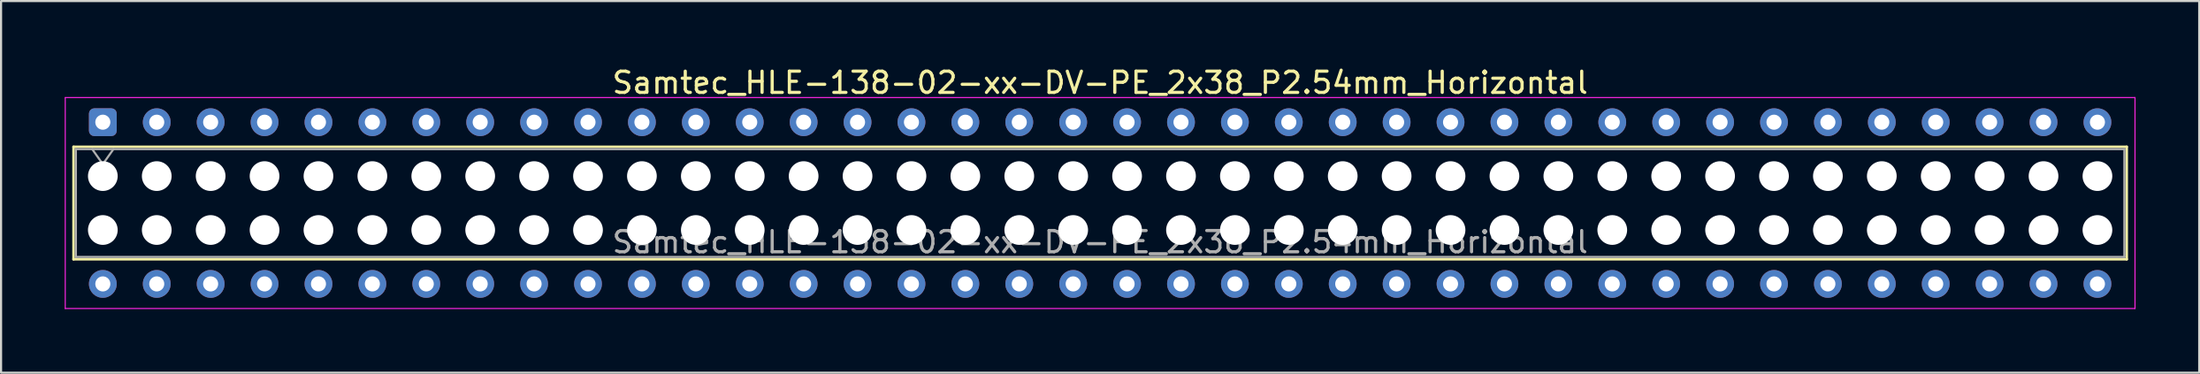
<source format=kicad_pcb>
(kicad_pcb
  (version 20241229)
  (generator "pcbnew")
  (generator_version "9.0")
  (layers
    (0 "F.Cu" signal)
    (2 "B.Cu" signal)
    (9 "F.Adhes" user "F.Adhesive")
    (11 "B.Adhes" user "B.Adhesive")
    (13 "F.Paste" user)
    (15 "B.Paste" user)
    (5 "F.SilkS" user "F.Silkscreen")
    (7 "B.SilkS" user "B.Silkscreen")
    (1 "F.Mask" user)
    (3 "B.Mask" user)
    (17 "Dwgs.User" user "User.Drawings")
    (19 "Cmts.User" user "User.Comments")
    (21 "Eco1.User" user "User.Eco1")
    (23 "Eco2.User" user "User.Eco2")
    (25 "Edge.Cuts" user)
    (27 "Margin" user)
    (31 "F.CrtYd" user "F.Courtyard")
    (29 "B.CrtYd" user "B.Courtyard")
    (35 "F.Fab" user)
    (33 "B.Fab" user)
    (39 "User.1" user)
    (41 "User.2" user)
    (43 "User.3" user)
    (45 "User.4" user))
  (footprint "Samtec_HLE-138-02-xx-DV-PE_2x38_P2.54mm_Horizontal"
    (layer "F.Cu")
    (at 1.795 2.708)
    (property "Reference" "Samtec_HLE-138-02-xx-DV-PE_2x38_P2.54mm_Horizontal" (at 46.99 -1.86 0) (layer "F.SilkS") (effects (font (size 1 1) (thickness 0.15))))
    (attr through_hole)
    (fp_line (start -1.38 1.16) (end 95.36 1.16) (stroke (width 0.12) (type solid)) (layer "F.SilkS"))
    (fp_line (start -1.38 6.46) (end -1.38 1.16) (stroke (width 0.12) (type solid)) (layer "F.SilkS"))
    (fp_line (start 95.36 1.16) (end 95.36 6.46) (stroke (width 0.12) (type solid)) (layer "F.SilkS"))
    (fp_line (start 95.36 6.46) (end -1.38 6.46) (stroke (width 0.12) (type solid)) (layer "F.SilkS"))
    (fp_line (start -1.77 -1.16) (end 95.75 -1.16) (stroke (width 0.05) (type solid)) (layer "F.CrtYd"))
    (fp_line (start -1.77 8.78) (end -1.77 -1.16) (stroke (width 0.05) (type solid)) (layer "F.CrtYd"))
    (fp_line (start 95.75 -1.16) (end 95.75 8.78) (stroke (width 0.05) (type solid)) (layer "F.CrtYd"))
    (fp_line (start 95.75 8.78) (end -1.77 8.78) (stroke (width 0.05) (type solid)) (layer "F.CrtYd"))
    (fp_line (start -1.27 1.27) (end 95.25 1.27) (stroke (width 0.1) (type solid)) (layer "F.Fab"))
    (fp_line (start -1.27 6.35) (end -1.27 1.27) (stroke (width 0.1) (type solid)) (layer "F.Fab"))
    (fp_line (start -0.5 1.27) (end 0 1.977) (stroke (width 0.1) (type solid)) (layer "F.Fab"))
    (fp_line (start 0 1.977) (end 0.5 1.27) (stroke (width 0.1) (type solid)) (layer "F.Fab"))
    (fp_line (start 95.25 1.27) (end 95.25 6.35) (stroke (width 0.1) (type solid)) (layer "F.Fab"))
    (fp_line (start 95.25 6.35) (end -1.27 6.35) (stroke (width 0.1) (type solid)) (layer "F.Fab"))
    (fp_text user "${REFERENCE}" (at 46.99 5.65 0) (layer "F.Fab") (effects (font (size 1 1) (thickness 0.15))))
    (pad "" np_thru_hole circle (at 0 2.54) (size 1.4 1.4) (drill 1.4) (layers "*.Cu" "*.Mask"))
    (pad "" np_thru_hole circle (at 0 5.08) (size 1.4 1.4) (drill 1.4) (layers "*.Cu" "*.Mask"))
    (pad "" np_thru_hole circle (at 2.54 2.54) (size 1.4 1.4) (drill 1.4) (layers "*.Cu" "*.Mask"))
    (pad "" np_thru_hole circle (at 2.54 5.08) (size 1.4 1.4) (drill 1.4) (layers "*.Cu" "*.Mask"))
    (pad "" np_thru_hole circle (at 5.08 2.54) (size 1.4 1.4) (drill 1.4) (layers "*.Cu" "*.Mask"))
    (pad "" np_thru_hole circle (at 5.08 5.08) (size 1.4 1.4) (drill 1.4) (layers "*.Cu" "*.Mask"))
    (pad "" np_thru_hole circle (at 7.62 2.54) (size 1.4 1.4) (drill 1.4) (layers "*.Cu" "*.Mask"))
    (pad "" np_thru_hole circle (at 7.62 5.08) (size 1.4 1.4) (drill 1.4) (layers "*.Cu" "*.Mask"))
    (pad "" np_thru_hole circle (at 10.16 2.54) (size 1.4 1.4) (drill 1.4) (layers "*.Cu" "*.Mask"))
    (pad "" np_thru_hole circle (at 10.16 5.08) (size 1.4 1.4) (drill 1.4) (layers "*.Cu" "*.Mask"))
    (pad "" np_thru_hole circle (at 12.7 2.54) (size 1.4 1.4) (drill 1.4) (layers "*.Cu" "*.Mask"))
    (pad "" np_thru_hole circle (at 12.7 5.08) (size 1.4 1.4) (drill 1.4) (layers "*.Cu" "*.Mask"))
    (pad "" np_thru_hole circle (at 15.24 2.54) (size 1.4 1.4) (drill 1.4) (layers "*.Cu" "*.Mask"))
    (pad "" np_thru_hole circle (at 15.24 5.08) (size 1.4 1.4) (drill 1.4) (layers "*.Cu" "*.Mask"))
    (pad "" np_thru_hole circle (at 17.78 2.54) (size 1.4 1.4) (drill 1.4) (layers "*.Cu" "*.Mask"))
    (pad "" np_thru_hole circle (at 17.78 5.08) (size 1.4 1.4) (drill 1.4) (layers "*.Cu" "*.Mask"))
    (pad "" np_thru_hole circle (at 20.32 2.54) (size 1.4 1.4) (drill 1.4) (layers "*.Cu" "*.Mask"))
    (pad "" np_thru_hole circle (at 20.32 5.08) (size 1.4 1.4) (drill 1.4) (layers "*.Cu" "*.Mask"))
    (pad "" np_thru_hole circle (at 22.86 2.54) (size 1.4 1.4) (drill 1.4) (layers "*.Cu" "*.Mask"))
    (pad "" np_thru_hole circle (at 22.86 5.08) (size 1.4 1.4) (drill 1.4) (layers "*.Cu" "*.Mask"))
    (pad "" np_thru_hole circle (at 25.4 2.54) (size 1.4 1.4) (drill 1.4) (layers "*.Cu" "*.Mask"))
    (pad "" np_thru_hole circle (at 25.4 5.08) (size 1.4 1.4) (drill 1.4) (layers "*.Cu" "*.Mask"))
    (pad "" np_thru_hole circle (at 27.94 2.54) (size 1.4 1.4) (drill 1.4) (layers "*.Cu" "*.Mask"))
    (pad "" np_thru_hole circle (at 27.94 5.08) (size 1.4 1.4) (drill 1.4) (layers "*.Cu" "*.Mask"))
    (pad "" np_thru_hole circle (at 30.48 2.54) (size 1.4 1.4) (drill 1.4) (layers "*.Cu" "*.Mask"))
    (pad "" np_thru_hole circle (at 30.48 5.08) (size 1.4 1.4) (drill 1.4) (layers "*.Cu" "*.Mask"))
    (pad "" np_thru_hole circle (at 33.02 2.54) (size 1.4 1.4) (drill 1.4) (layers "*.Cu" "*.Mask"))
    (pad "" np_thru_hole circle (at 33.02 5.08) (size 1.4 1.4) (drill 1.4) (layers "*.Cu" "*.Mask"))
    (pad "" np_thru_hole circle (at 35.56 2.54) (size 1.4 1.4) (drill 1.4) (layers "*.Cu" "*.Mask"))
    (pad "" np_thru_hole circle (at 35.56 5.08) (size 1.4 1.4) (drill 1.4) (layers "*.Cu" "*.Mask"))
    (pad "" np_thru_hole circle (at 38.1 2.54) (size 1.4 1.4) (drill 1.4) (layers "*.Cu" "*.Mask"))
    (pad "" np_thru_hole circle (at 38.1 5.08) (size 1.4 1.4) (drill 1.4) (layers "*.Cu" "*.Mask"))
    (pad "" np_thru_hole circle (at 40.64 2.54) (size 1.4 1.4) (drill 1.4) (layers "*.Cu" "*.Mask"))
    (pad "" np_thru_hole circle (at 40.64 5.08) (size 1.4 1.4) (drill 1.4) (layers "*.Cu" "*.Mask"))
    (pad "" np_thru_hole circle (at 43.18 2.54) (size 1.4 1.4) (drill 1.4) (layers "*.Cu" "*.Mask"))
    (pad "" np_thru_hole circle (at 43.18 5.08) (size 1.4 1.4) (drill 1.4) (layers "*.Cu" "*.Mask"))
    (pad "" np_thru_hole circle (at 45.72 2.54) (size 1.4 1.4) (drill 1.4) (layers "*.Cu" "*.Mask"))
    (pad "" np_thru_hole circle (at 45.72 5.08) (size 1.4 1.4) (drill 1.4) (layers "*.Cu" "*.Mask"))
    (pad "" np_thru_hole circle (at 48.26 2.54) (size 1.4 1.4) (drill 1.4) (layers "*.Cu" "*.Mask"))
    (pad "" np_thru_hole circle (at 48.26 5.08) (size 1.4 1.4) (drill 1.4) (layers "*.Cu" "*.Mask"))
    (pad "" np_thru_hole circle (at 50.8 2.54) (size 1.4 1.4) (drill 1.4) (layers "*.Cu" "*.Mask"))
    (pad "" np_thru_hole circle (at 50.8 5.08) (size 1.4 1.4) (drill 1.4) (layers "*.Cu" "*.Mask"))
    (pad "" np_thru_hole circle (at 53.34 2.54) (size 1.4 1.4) (drill 1.4) (layers "*.Cu" "*.Mask"))
    (pad "" np_thru_hole circle (at 53.34 5.08) (size 1.4 1.4) (drill 1.4) (layers "*.Cu" "*.Mask"))
    (pad "" np_thru_hole circle (at 55.88 2.54) (size 1.4 1.4) (drill 1.4) (layers "*.Cu" "*.Mask"))
    (pad "" np_thru_hole circle (at 55.88 5.08) (size 1.4 1.4) (drill 1.4) (layers "*.Cu" "*.Mask"))
    (pad "" np_thru_hole circle (at 58.42 2.54) (size 1.4 1.4) (drill 1.4) (layers "*.Cu" "*.Mask"))
    (pad "" np_thru_hole circle (at 58.42 5.08) (size 1.4 1.4) (drill 1.4) (layers "*.Cu" "*.Mask"))
    (pad "" np_thru_hole circle (at 60.96 2.54) (size 1.4 1.4) (drill 1.4) (layers "*.Cu" "*.Mask"))
    (pad "" np_thru_hole circle (at 60.96 5.08) (size 1.4 1.4) (drill 1.4) (layers "*.Cu" "*.Mask"))
    (pad "" np_thru_hole circle (at 63.5 2.54) (size 1.4 1.4) (drill 1.4) (layers "*.Cu" "*.Mask"))
    (pad "" np_thru_hole circle (at 63.5 5.08) (size 1.4 1.4) (drill 1.4) (layers "*.Cu" "*.Mask"))
    (pad "" np_thru_hole circle (at 66.04 2.54) (size 1.4 1.4) (drill 1.4) (layers "*.Cu" "*.Mask"))
    (pad "" np_thru_hole circle (at 66.04 5.08) (size 1.4 1.4) (drill 1.4) (layers "*.Cu" "*.Mask"))
    (pad "" np_thru_hole circle (at 68.58 2.54) (size 1.4 1.4) (drill 1.4) (layers "*.Cu" "*.Mask"))
    (pad "" np_thru_hole circle (at 68.58 5.08) (size 1.4 1.4) (drill 1.4) (layers "*.Cu" "*.Mask"))
    (pad "" np_thru_hole circle (at 71.12 2.54) (size 1.4 1.4) (drill 1.4) (layers "*.Cu" "*.Mask"))
    (pad "" np_thru_hole circle (at 71.12 5.08) (size 1.4 1.4) (drill 1.4) (layers "*.Cu" "*.Mask"))
    (pad "" np_thru_hole circle (at 73.66 2.54) (size 1.4 1.4) (drill 1.4) (layers "*.Cu" "*.Mask"))
    (pad "" np_thru_hole circle (at 73.66 5.08) (size 1.4 1.4) (drill 1.4) (layers "*.Cu" "*.Mask"))
    (pad "" np_thru_hole circle (at 76.2 2.54) (size 1.4 1.4) (drill 1.4) (layers "*.Cu" "*.Mask"))
    (pad "" np_thru_hole circle (at 76.2 5.08) (size 1.4 1.4) (drill 1.4) (layers "*.Cu" "*.Mask"))
    (pad "" np_thru_hole circle (at 78.74 2.54) (size 1.4 1.4) (drill 1.4) (layers "*.Cu" "*.Mask"))
    (pad "" np_thru_hole circle (at 78.74 5.08) (size 1.4 1.4) (drill 1.4) (layers "*.Cu" "*.Mask"))
    (pad "" np_thru_hole circle (at 81.28 2.54) (size 1.4 1.4) (drill 1.4) (layers "*.Cu" "*.Mask"))
    (pad "" np_thru_hole circle (at 81.28 5.08) (size 1.4 1.4) (drill 1.4) (layers "*.Cu" "*.Mask"))
    (pad "" np_thru_hole circle (at 83.82 2.54) (size 1.4 1.4) (drill 1.4) (layers "*.Cu" "*.Mask"))
    (pad "" np_thru_hole circle (at 83.82 5.08) (size 1.4 1.4) (drill 1.4) (layers "*.Cu" "*.Mask"))
    (pad "" np_thru_hole circle (at 86.36 2.54) (size 1.4 1.4) (drill 1.4) (layers "*.Cu" "*.Mask"))
    (pad "" np_thru_hole circle (at 86.36 5.08) (size 1.4 1.4) (drill 1.4) (layers "*.Cu" "*.Mask"))
    (pad "" np_thru_hole circle (at 88.9 2.54) (size 1.4 1.4) (drill 1.4) (layers "*.Cu" "*.Mask"))
    (pad "" np_thru_hole circle (at 88.9 5.08) (size 1.4 1.4) (drill 1.4) (layers "*.Cu" "*.Mask"))
    (pad "" np_thru_hole circle (at 91.44 2.54) (size 1.4 1.4) (drill 1.4) (layers "*.Cu" "*.Mask"))
    (pad "" np_thru_hole circle (at 91.44 5.08) (size 1.4 1.4) (drill 1.4) (layers "*.Cu" "*.Mask"))
    (pad "" np_thru_hole circle (at 93.98 2.54) (size 1.4 1.4) (drill 1.4) (layers "*.Cu" "*.Mask"))
    (pad "" np_thru_hole circle (at 93.98 5.08) (size 1.4 1.4) (drill 1.4) (layers "*.Cu" "*.Mask"))
    (pad "1" thru_hole roundrect (at 0 0) (size 1.31 1.31) (drill 0.71) (layers "*.Cu" "*.Mask") (roundrect_rratio 0.191))
    (pad "2" thru_hole circle (at 0 7.62) (size 1.31 1.31) (drill 0.71) (layers "*.Cu" "*.Mask"))
    (pad "3" thru_hole circle (at 2.54 0) (size 1.31 1.31) (drill 0.71) (layers "*.Cu" "*.Mask"))
    (pad "4" thru_hole circle (at 2.54 7.62) (size 1.31 1.31) (drill 0.71) (layers "*.Cu" "*.Mask"))
    (pad "5" thru_hole circle (at 5.08 0) (size 1.31 1.31) (drill 0.71) (layers "*.Cu" "*.Mask"))
    (pad "6" thru_hole circle (at 5.08 7.62) (size 1.31 1.31) (drill 0.71) (layers "*.Cu" "*.Mask"))
    (pad "7" thru_hole circle (at 7.62 0) (size 1.31 1.31) (drill 0.71) (layers "*.Cu" "*.Mask"))
    (pad "8" thru_hole circle (at 7.62 7.62) (size 1.31 1.31) (drill 0.71) (layers "*.Cu" "*.Mask"))
    (pad "9" thru_hole circle (at 10.16 0) (size 1.31 1.31) (drill 0.71) (layers "*.Cu" "*.Mask"))
    (pad "10" thru_hole circle (at 10.16 7.62) (size 1.31 1.31) (drill 0.71) (layers "*.Cu" "*.Mask"))
    (pad "11" thru_hole circle (at 12.7 0) (size 1.31 1.31) (drill 0.71) (layers "*.Cu" "*.Mask"))
    (pad "12" thru_hole circle (at 12.7 7.62) (size 1.31 1.31) (drill 0.71) (layers "*.Cu" "*.Mask"))
    (pad "13" thru_hole circle (at 15.24 0) (size 1.31 1.31) (drill 0.71) (layers "*.Cu" "*.Mask"))
    (pad "14" thru_hole circle (at 15.24 7.62) (size 1.31 1.31) (drill 0.71) (layers "*.Cu" "*.Mask"))
    (pad "15" thru_hole circle (at 17.78 0) (size 1.31 1.31) (drill 0.71) (layers "*.Cu" "*.Mask"))
    (pad "16" thru_hole circle (at 17.78 7.62) (size 1.31 1.31) (drill 0.71) (layers "*.Cu" "*.Mask"))
    (pad "17" thru_hole circle (at 20.32 0) (size 1.31 1.31) (drill 0.71) (layers "*.Cu" "*.Mask"))
    (pad "18" thru_hole circle (at 20.32 7.62) (size 1.31 1.31) (drill 0.71) (layers "*.Cu" "*.Mask"))
    (pad "19" thru_hole circle (at 22.86 0) (size 1.31 1.31) (drill 0.71) (layers "*.Cu" "*.Mask"))
    (pad "20" thru_hole circle (at 22.86 7.62) (size 1.31 1.31) (drill 0.71) (layers "*.Cu" "*.Mask"))
    (pad "21" thru_hole circle (at 25.4 0) (size 1.31 1.31) (drill 0.71) (layers "*.Cu" "*.Mask"))
    (pad "22" thru_hole circle (at 25.4 7.62) (size 1.31 1.31) (drill 0.71) (layers "*.Cu" "*.Mask"))
    (pad "23" thru_hole circle (at 27.94 0) (size 1.31 1.31) (drill 0.71) (layers "*.Cu" "*.Mask"))
    (pad "24" thru_hole circle (at 27.94 7.62) (size 1.31 1.31) (drill 0.71) (layers "*.Cu" "*.Mask"))
    (pad "25" thru_hole circle (at 30.48 0) (size 1.31 1.31) (drill 0.71) (layers "*.Cu" "*.Mask"))
    (pad "26" thru_hole circle (at 30.48 7.62) (size 1.31 1.31) (drill 0.71) (layers "*.Cu" "*.Mask"))
    (pad "27" thru_hole circle (at 33.02 0) (size 1.31 1.31) (drill 0.71) (layers "*.Cu" "*.Mask"))
    (pad "28" thru_hole circle (at 33.02 7.62) (size 1.31 1.31) (drill 0.71) (layers "*.Cu" "*.Mask"))
    (pad "29" thru_hole circle (at 35.56 0) (size 1.31 1.31) (drill 0.71) (layers "*.Cu" "*.Mask"))
    (pad "30" thru_hole circle (at 35.56 7.62) (size 1.31 1.31) (drill 0.71) (layers "*.Cu" "*.Mask"))
    (pad "31" thru_hole circle (at 38.1 0) (size 1.31 1.31) (drill 0.71) (layers "*.Cu" "*.Mask"))
    (pad "32" thru_hole circle (at 38.1 7.62) (size 1.31 1.31) (drill 0.71) (layers "*.Cu" "*.Mask"))
    (pad "33" thru_hole circle (at 40.64 0) (size 1.31 1.31) (drill 0.71) (layers "*.Cu" "*.Mask"))
    (pad "34" thru_hole circle (at 40.64 7.62) (size 1.31 1.31) (drill 0.71) (layers "*.Cu" "*.Mask"))
    (pad "35" thru_hole circle (at 43.18 0) (size 1.31 1.31) (drill 0.71) (layers "*.Cu" "*.Mask"))
    (pad "36" thru_hole circle (at 43.18 7.62) (size 1.31 1.31) (drill 0.71) (layers "*.Cu" "*.Mask"))
    (pad "37" thru_hole circle (at 45.72 0) (size 1.31 1.31) (drill 0.71) (layers "*.Cu" "*.Mask"))
    (pad "38" thru_hole circle (at 45.72 7.62) (size 1.31 1.31) (drill 0.71) (layers "*.Cu" "*.Mask"))
    (pad "39" thru_hole circle (at 48.26 0) (size 1.31 1.31) (drill 0.71) (layers "*.Cu" "*.Mask"))
    (pad "40" thru_hole circle (at 48.26 7.62) (size 1.31 1.31) (drill 0.71) (layers "*.Cu" "*.Mask"))
    (pad "41" thru_hole circle (at 50.8 0) (size 1.31 1.31) (drill 0.71) (layers "*.Cu" "*.Mask"))
    (pad "42" thru_hole circle (at 50.8 7.62) (size 1.31 1.31) (drill 0.71) (layers "*.Cu" "*.Mask"))
    (pad "43" thru_hole circle (at 53.34 0) (size 1.31 1.31) (drill 0.71) (layers "*.Cu" "*.Mask"))
    (pad "44" thru_hole circle (at 53.34 7.62) (size 1.31 1.31) (drill 0.71) (layers "*.Cu" "*.Mask"))
    (pad "45" thru_hole circle (at 55.88 0) (size 1.31 1.31) (drill 0.71) (layers "*.Cu" "*.Mask"))
    (pad "46" thru_hole circle (at 55.88 7.62) (size 1.31 1.31) (drill 0.71) (layers "*.Cu" "*.Mask"))
    (pad "47" thru_hole circle (at 58.42 0) (size 1.31 1.31) (drill 0.71) (layers "*.Cu" "*.Mask"))
    (pad "48" thru_hole circle (at 58.42 7.62) (size 1.31 1.31) (drill 0.71) (layers "*.Cu" "*.Mask"))
    (pad "49" thru_hole circle (at 60.96 0) (size 1.31 1.31) (drill 0.71) (layers "*.Cu" "*.Mask"))
    (pad "50" thru_hole circle (at 60.96 7.62) (size 1.31 1.31) (drill 0.71) (layers "*.Cu" "*.Mask"))
    (pad "51" thru_hole circle (at 63.5 0) (size 1.31 1.31) (drill 0.71) (layers "*.Cu" "*.Mask"))
    (pad "52" thru_hole circle (at 63.5 7.62) (size 1.31 1.31) (drill 0.71) (layers "*.Cu" "*.Mask"))
    (pad "53" thru_hole circle (at 66.04 0) (size 1.31 1.31) (drill 0.71) (layers "*.Cu" "*.Mask"))
    (pad "54" thru_hole circle (at 66.04 7.62) (size 1.31 1.31) (drill 0.71) (layers "*.Cu" "*.Mask"))
    (pad "55" thru_hole circle (at 68.58 0) (size 1.31 1.31) (drill 0.71) (layers "*.Cu" "*.Mask"))
    (pad "56" thru_hole circle (at 68.58 7.62) (size 1.31 1.31) (drill 0.71) (layers "*.Cu" "*.Mask"))
    (pad "57" thru_hole circle (at 71.12 0) (size 1.31 1.31) (drill 0.71) (layers "*.Cu" "*.Mask"))
    (pad "58" thru_hole circle (at 71.12 7.62) (size 1.31 1.31) (drill 0.71) (layers "*.Cu" "*.Mask"))
    (pad "59" thru_hole circle (at 73.66 0) (size 1.31 1.31) (drill 0.71) (layers "*.Cu" "*.Mask"))
    (pad "60" thru_hole circle (at 73.66 7.62) (size 1.31 1.31) (drill 0.71) (layers "*.Cu" "*.Mask"))
    (pad "61" thru_hole circle (at 76.2 0) (size 1.31 1.31) (drill 0.71) (layers "*.Cu" "*.Mask"))
    (pad "62" thru_hole circle (at 76.2 7.62) (size 1.31 1.31) (drill 0.71) (layers "*.Cu" "*.Mask"))
    (pad "63" thru_hole circle (at 78.74 0) (size 1.31 1.31) (drill 0.71) (layers "*.Cu" "*.Mask"))
    (pad "64" thru_hole circle (at 78.74 7.62) (size 1.31 1.31) (drill 0.71) (layers "*.Cu" "*.Mask"))
    (pad "65" thru_hole circle (at 81.28 0) (size 1.31 1.31) (drill 0.71) (layers "*.Cu" "*.Mask"))
    (pad "66" thru_hole circle (at 81.28 7.62) (size 1.31 1.31) (drill 0.71) (layers "*.Cu" "*.Mask"))
    (pad "67" thru_hole circle (at 83.82 0) (size 1.31 1.31) (drill 0.71) (layers "*.Cu" "*.Mask"))
    (pad "68" thru_hole circle (at 83.82 7.62) (size 1.31 1.31) (drill 0.71) (layers "*.Cu" "*.Mask"))
    (pad "69" thru_hole circle (at 86.36 0) (size 1.31 1.31) (drill 0.71) (layers "*.Cu" "*.Mask"))
    (pad "70" thru_hole circle (at 86.36 7.62) (size 1.31 1.31) (drill 0.71) (layers "*.Cu" "*.Mask"))
    (pad "71" thru_hole circle (at 88.9 0) (size 1.31 1.31) (drill 0.71) (layers "*.Cu" "*.Mask"))
    (pad "72" thru_hole circle (at 88.9 7.62) (size 1.31 1.31) (drill 0.71) (layers "*.Cu" "*.Mask"))
    (pad "73" thru_hole circle (at 91.44 0) (size 1.31 1.31) (drill 0.71) (layers "*.Cu" "*.Mask"))
    (pad "74" thru_hole circle (at 91.44 7.62) (size 1.31 1.31) (drill 0.71) (layers "*.Cu" "*.Mask"))
    (pad "75" thru_hole circle (at 93.98 0) (size 1.31 1.31) (drill 0.71) (layers "*.Cu" "*.Mask"))
    (pad "76" thru_hole circle (at 93.98 7.62) (size 1.31 1.31) (drill 0.71) (layers "*.Cu" "*.Mask")))
  (gr_rect
    (start -3 -3)
    (end 100.57 14.513)
    (stroke (width 0.1) (type default))
    (fill no)
    (layer "Edge.Cuts")))
</source>
